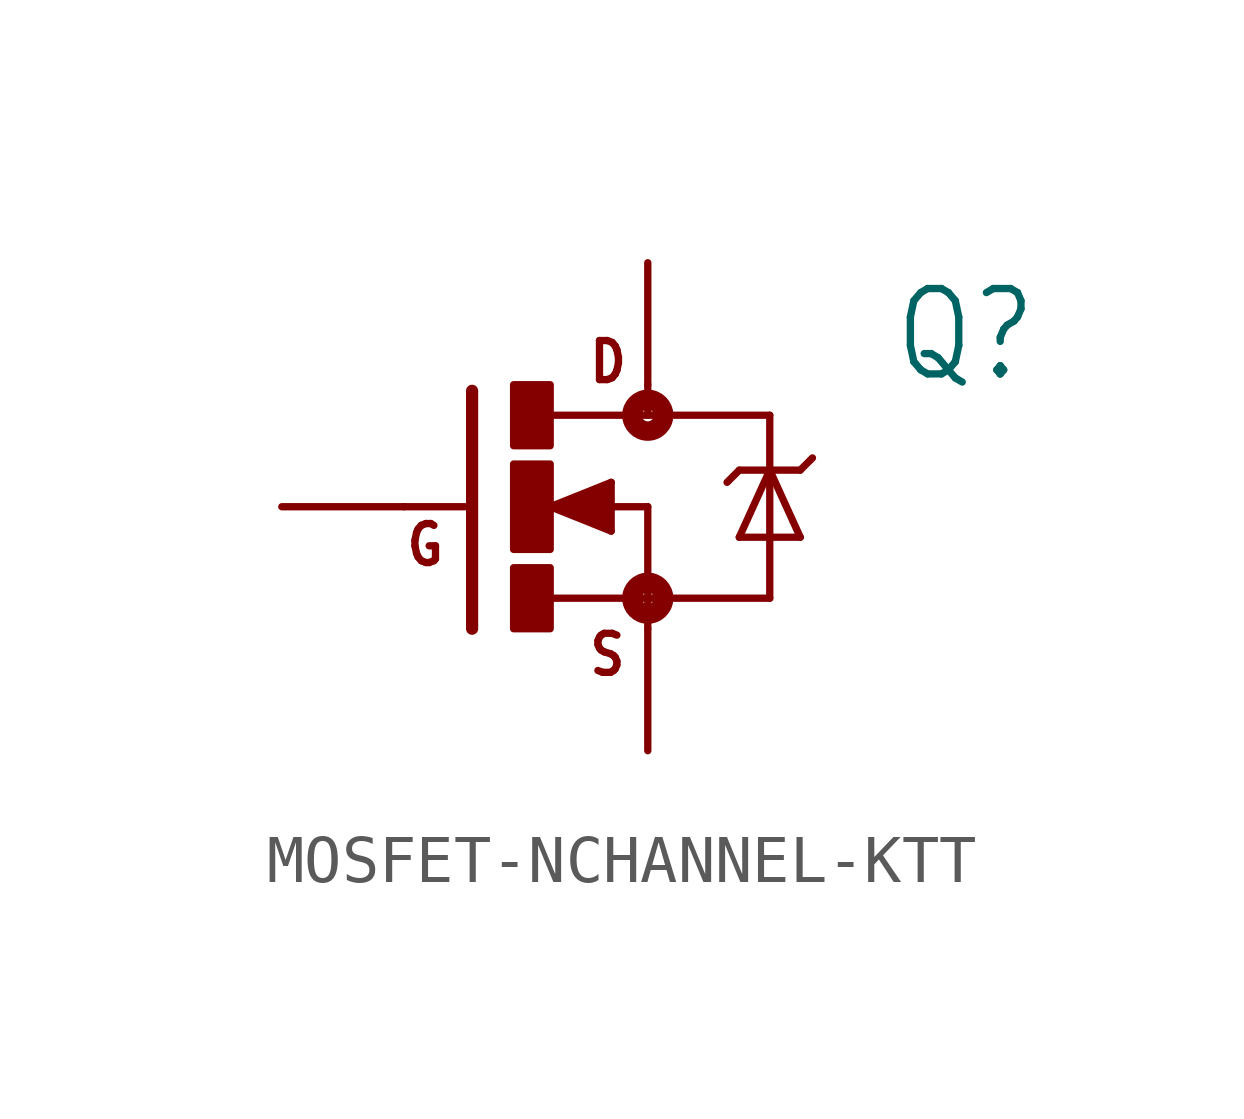
<source format=kicad_sym>
(kicad_symbol_lib
  (version 20220914)
  (generator kicad_symbol_editor)
  (symbol "MOSFET-NCHANNEL-KTT"
    (property "Reference" "Q"
      (at 5.08 2.54 0)
      (effects (font (size 1.778 1.511)) (justify left bottom)))
    (property "Value" ""
      (at 5.08 0 0)
      (effects (font (size 1.778 1.511)) (justify left bottom)))
    (property "ki_locked" ""
      (at 0 0 0)
      (effects (font (size 1.27 1.27))))
    (symbol "MOSFET-NCHANNEL-KTT_1_0"
      (rectangle (start -2.794 -2.54) (end -2.032 -1.27) (stroke (width 0) (type default)) (fill (type outline)))
      (rectangle (start -2.794 -0.889) (end -2.032 0.889) (stroke (width 0) (type default)) (fill (type outline)))
      (rectangle (start -2.794 1.27) (end -2.032 2.54) (stroke (width 0) (type default)) (fill (type outline)))
      (circle (center 0 -1.905) (radius 0.127) (stroke (width 0.406) (type solid)) (fill (type none)))
      (polyline (pts (xy -3.81 0) (xy -5.08 0)) (stroke (width 0.152) (type solid)) (fill (type none)))
      (polyline (pts (xy -3.658 2.413) (xy -3.658 -2.54)) (stroke (width 0.254) (type solid)) (fill (type none)))
      (polyline (pts (xy -2.032 -1.905) (xy 0 -1.905)) (stroke (width 0.152) (type solid)) (fill (type none)))
      (polyline (pts (xy -2.032 0) (xy -0.762 -0.508)) (stroke (width 0.152) (type solid)) (fill (type none)))
      (polyline (pts (xy -1.778 0) (xy -0.889 -0.254)) (stroke (width 0.305) (type solid)) (fill (type none)))
      (polyline (pts (xy -0.889 -0.254) (xy -0.889 0)) (stroke (width 0.305) (type solid)) (fill (type none)))
      (polyline (pts (xy -0.889 0) (xy -1.143 0)) (stroke (width 0.305) (type solid)) (fill (type none)))
      (polyline (pts (xy -0.889 0) (xy 0 0)) (stroke (width 0.152) (type solid)) (fill (type none)))
      (polyline (pts (xy -0.889 0.254) (xy -1.778 0)) (stroke (width 0.305) (type solid)) (fill (type none)))
      (polyline (pts (xy -0.762 -0.508) (xy -0.762 0.508)) (stroke (width 0.152) (type solid)) (fill (type none)))
      (polyline (pts (xy -0.762 0.508) (xy -2.032 0)) (stroke (width 0.152) (type solid)) (fill (type none)))
      (polyline (pts (xy 0 -1.905) (xy 0 -2.54)) (stroke (width 0.152) (type solid)) (fill (type none)))
      (polyline (pts (xy 0 0) (xy 0 -1.905)) (stroke (width 0.152) (type solid)) (fill (type none)))
      (polyline (pts (xy 0 1.905) (xy -2.007 1.905)) (stroke (width 0.152) (type solid)) (fill (type none)))
      (polyline (pts (xy 0 1.905) (xy 2.54 1.905)) (stroke (width 0.152) (type solid)) (fill (type none)))
      (polyline (pts (xy 0 2.54) (xy 0 1.905)) (stroke (width 0.152) (type solid)) (fill (type none)))
      (polyline (pts (xy 1.905 -0.635) (xy 3.175 -0.635)) (stroke (width 0.152) (type solid)) (fill (type none)))
      (polyline (pts (xy 1.905 0.762) (xy 1.651 0.508)) (stroke (width 0.152) (type solid)) (fill (type none)))
      (polyline (pts (xy 1.905 0.762) (xy 2.54 0.762)) (stroke (width 0.152) (type solid)) (fill (type none)))
      (polyline (pts (xy 2.54 -1.905) (xy 0 -1.905)) (stroke (width 0.152) (type solid)) (fill (type none)))
      (polyline (pts (xy 2.54 0.762) (xy 1.905 -0.635)) (stroke (width 0.152) (type solid)) (fill (type none)))
      (polyline (pts (xy 2.54 0.762) (xy 2.54 -1.905)) (stroke (width 0.152) (type solid)) (fill (type none)))
      (polyline (pts (xy 2.54 0.762) (xy 3.175 0.762)) (stroke (width 0.152) (type solid)) (fill (type none)))
      (polyline (pts (xy 2.54 1.905) (xy 2.54 0.762)) (stroke (width 0.152) (type solid)) (fill (type none)))
      (polyline (pts (xy 3.175 -0.635) (xy 2.54 0.762)) (stroke (width 0.152) (type solid)) (fill (type none)))
      (polyline (pts (xy 3.175 0.762) (xy 3.429 1.016)) (stroke (width 0.152) (type solid)) (fill (type none)))
      (circle (center 0 1.905) (radius 0.127) (stroke (width 0.406) (type solid)) (fill (type none)))
      (text "D" (at -1.27 2.54 0) (effects (font (size 0.813 0.691)) (justify left bottom)))
      (text "G" (at -5.08 -1.27 0) (effects (font (size 0.813 0.691)) (justify left bottom)))
      (text "S" (at -1.27 -3.556 0) (effects (font (size 0.813 0.691)) (justify left bottom)))
      (pin passive line (at -7.62 0 0) (length 2.54) (name "G" (effects (font (size 0 0)))) (number "1" (effects (font (size 0 0)))))
      (pin passive line (at 0 5.08 270) (length 2.54) (name "D" (effects (font (size 0 0)))) (number "2" (effects (font (size 0 0)))))
      (pin passive line (at 0 -5.08 90) (length 2.54) (name "S" (effects (font (size 0 0)))) (number "3" (effects (font (size 0 0))))))))
</source>
